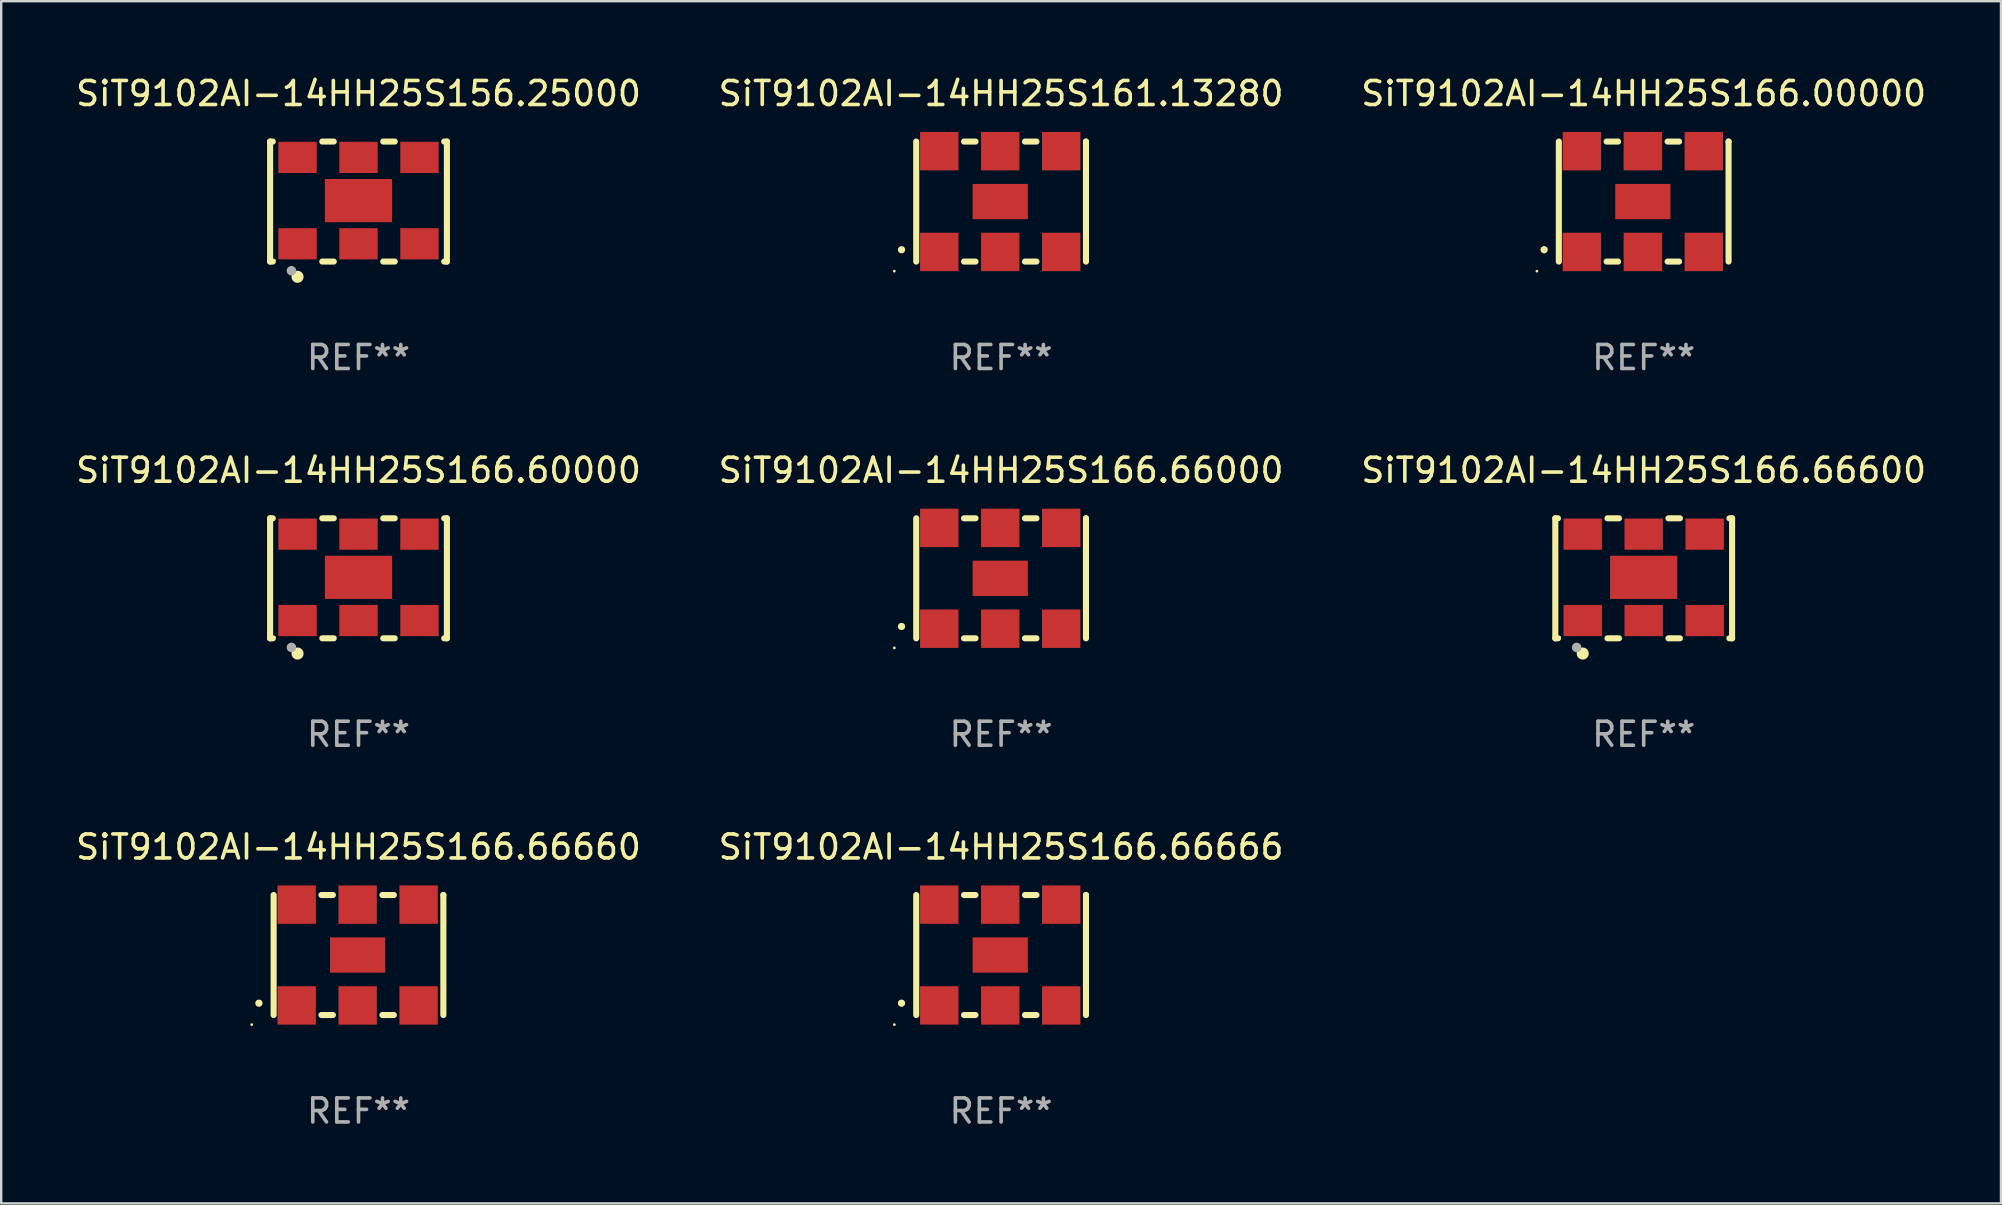
<source format=kicad_pcb>
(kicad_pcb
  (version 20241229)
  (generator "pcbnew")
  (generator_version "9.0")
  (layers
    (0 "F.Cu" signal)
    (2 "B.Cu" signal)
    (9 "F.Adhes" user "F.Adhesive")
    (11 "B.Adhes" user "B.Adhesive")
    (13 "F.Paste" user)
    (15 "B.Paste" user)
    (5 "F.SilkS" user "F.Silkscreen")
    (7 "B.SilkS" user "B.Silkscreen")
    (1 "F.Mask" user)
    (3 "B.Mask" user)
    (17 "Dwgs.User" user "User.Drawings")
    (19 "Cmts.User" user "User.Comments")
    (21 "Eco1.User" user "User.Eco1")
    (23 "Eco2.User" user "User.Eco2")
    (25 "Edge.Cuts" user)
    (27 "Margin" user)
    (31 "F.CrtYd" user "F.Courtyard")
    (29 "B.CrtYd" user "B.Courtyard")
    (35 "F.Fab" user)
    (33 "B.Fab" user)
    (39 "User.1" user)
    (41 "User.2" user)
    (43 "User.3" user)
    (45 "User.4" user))
  (footprint "SiT9102AI-14HH25S166.60000"
    (layer "F.Cu")
    (at 11.887 21.045)
    (property "Reference" "SiT9102AI-14HH25S166.60000" (at 0 -4.5 0) (layer "F.SilkS") (effects (font (size 1 1) (thickness 0.15))))
    (attr through_hole)
    (fp_line (start -3.683 -2.5) (end -3.571 -2.5) (stroke (width 0.254) (type solid)) (layer "F.SilkS"))
    (fp_line (start -3.683 2.5) (end -3.683 -2.5) (stroke (width 0.254) (type solid)) (layer "F.SilkS"))
    (fp_line (start -3.683 2.5) (end -3.571 2.5) (stroke (width 0.254) (type solid)) (layer "F.SilkS"))
    (fp_line (start -1.509 -2.5) (end -1.031 -2.5) (stroke (width 0.254) (type solid)) (layer "F.SilkS"))
    (fp_line (start -1.509 2.5) (end -1.031 2.5) (stroke (width 0.254) (type solid)) (layer "F.SilkS"))
    (fp_line (start 1.031 -2.5) (end 1.509 -2.5) (stroke (width 0.254) (type solid)) (layer "F.SilkS"))
    (fp_line (start 1.031 2.5) (end 1.509 2.5) (stroke (width 0.254) (type solid)) (layer "F.SilkS"))
    (fp_line (start 3.571 -2.5) (end 3.683 -2.5) (stroke (width 0.254) (type solid)) (layer "F.SilkS"))
    (fp_line (start 3.571 2.5) (end 3.683 2.5) (stroke (width 0.254) (type solid)) (layer "F.SilkS"))
    (fp_line (start 3.683 2.5) (end 3.683 -2.5) (stroke (width 0.254) (type solid)) (layer "F.SilkS"))
    (fp_circle (center -3.5 2.46) (end -3.47 2.46) (stroke (width 0.06) (type solid)) (fill no) (layer "F.SilkS"))
    (fp_circle (center -2.54 3.135) (end -2.413 3.135) (stroke (width 0.254) (type solid)) (fill no) (layer "F.SilkS"))
    (fp_circle (center -2.794 2.881) (end -2.694 2.881) (stroke (width 0.2) (type solid)) (fill no) (layer "F.Fab"))
    (fp_text user "REF**" (at 0 6.5 0) (layer "F.Fab") (effects (font (size 1 1) (thickness 0.15))))
    (pad "1" smd rect (at -2.54 1.76) (size 1.6 1.3) (layers "F.Cu" "F.Mask" "F.Paste"))
    (pad "2" smd rect (at 0 1.76) (size 1.6 1.3) (layers "F.Cu" "F.Mask" "F.Paste"))
    (pad "3" smd rect (at 2.54 1.76) (size 1.6 1.3) (layers "F.Cu" "F.Mask" "F.Paste"))
    (pad "4" smd rect (at 2.54 -1.84) (size 1.6 1.3) (layers "F.Cu" "F.Mask" "F.Paste"))
    (pad "5" smd rect (at 0 -1.84) (size 1.6 1.3) (layers "F.Cu" "F.Mask" "F.Paste"))
    (pad "6" smd rect (at -2.54 -1.84) (size 1.6 1.3) (layers "F.Cu" "F.Mask" "F.Paste"))
    (pad "7" smd rect (at 0 -0.04) (size 2.8 1.8) (layers "F.Cu" "F.Mask" "F.Paste")))
  (footprint "SiT9102AI-14HH25S166.66660"
    (layer "F.Cu")
    (at 11.887 36.741)
    (property "Reference" "SiT9102AI-14HH25S166.66660" (at 0 -4.5 0) (layer "F.SilkS") (effects (font (size 1 1) (thickness 0.15))))
    (attr through_hole)
    (fp_line (start -3.536 -2.5) (end -3.536 2.5) (stroke (width 0.254) (type solid)) (layer "F.SilkS"))
    (fp_line (start -1.544 2.5) (end -1.067 2.5) (stroke (width 0.254) (type solid)) (layer "F.SilkS"))
    (fp_line (start -1.067 -2.5) (end -1.544 -2.5) (stroke (width 0.254) (type solid)) (layer "F.SilkS"))
    (fp_line (start 0.996 2.5) (end 1.473 2.5) (stroke (width 0.254) (type solid)) (layer "F.SilkS"))
    (fp_line (start 1.473 -2.5) (end 0.996 -2.5) (stroke (width 0.254) (type solid)) (layer "F.SilkS"))
    (fp_line (start 3.536 -2.5) (end 3.536 -2.5) (stroke (width 0.254) (type solid)) (layer "F.SilkS"))
    (fp_line (start 3.536 2.5) (end 3.536 -2.5) (stroke (width 0.254) (type solid)) (layer "F.SilkS"))
    (fp_arc (start -4.150432 2.006604) (mid -4.149162 2.006599) (end -4.147892 2.006604) (stroke (width 0.3) (type solid)) (layer "F.SilkS"))
    (fp_circle (center -4.449 2.9) (end -4.419 2.9) (stroke (width 0.06) (type solid)) (fill no) (layer "F.SilkS"))
    (fp_text user "REF**" (at 0 6.5 0) (layer "F.Fab") (effects (font (size 1 1) (thickness 0.15))))
    (pad "1" smd rect (at -2.576 2.1) (size 1.6 1.6) (layers "F.Cu" "F.Mask" "F.Paste"))
    (pad "2" smd rect (at -0.036 2.1) (size 1.6 1.6) (layers "F.Cu" "F.Mask" "F.Paste"))
    (pad "3" smd rect (at 2.504 2.1) (size 1.6 1.6) (layers "F.Cu" "F.Mask" "F.Paste"))
    (pad "4" smd rect (at 2.504 -2.1) (size 1.6 1.6) (layers "F.Cu" "F.Mask" "F.Paste"))
    (pad "5" smd rect (at -0.036 -2.1) (size 1.6 1.6) (layers "F.Cu" "F.Mask" "F.Paste"))
    (pad "6" smd rect (at -2.576 -2.1) (size 1.6 1.6) (layers "F.Cu" "F.Mask" "F.Paste"))
    (pad "7" smd rect (at -0.036 0) (size 2.3 1.47) (layers "F.Cu" "F.Mask" "F.Paste")))
  (footprint "SiT9102AI-14HH25S156.25000"
    (layer "F.Cu")
    (at 11.887 5.348)
    (property "Reference" "SiT9102AI-14HH25S156.25000" (at 0 -4.5 0) (layer "F.SilkS") (effects (font (size 1 1) (thickness 0.15))))
    (attr through_hole)
    (fp_line (start -3.683 -2.5) (end -3.571 -2.5) (stroke (width 0.254) (type solid)) (layer "F.SilkS"))
    (fp_line (start -3.683 2.5) (end -3.683 -2.5) (stroke (width 0.254) (type solid)) (layer "F.SilkS"))
    (fp_line (start -3.683 2.5) (end -3.571 2.5) (stroke (width 0.254) (type solid)) (layer "F.SilkS"))
    (fp_line (start -1.509 -2.5) (end -1.031 -2.5) (stroke (width 0.254) (type solid)) (layer "F.SilkS"))
    (fp_line (start -1.509 2.5) (end -1.031 2.5) (stroke (width 0.254) (type solid)) (layer "F.SilkS"))
    (fp_line (start 1.031 -2.5) (end 1.509 -2.5) (stroke (width 0.254) (type solid)) (layer "F.SilkS"))
    (fp_line (start 1.031 2.5) (end 1.509 2.5) (stroke (width 0.254) (type solid)) (layer "F.SilkS"))
    (fp_line (start 3.571 -2.5) (end 3.683 -2.5) (stroke (width 0.254) (type solid)) (layer "F.SilkS"))
    (fp_line (start 3.571 2.5) (end 3.683 2.5) (stroke (width 0.254) (type solid)) (layer "F.SilkS"))
    (fp_line (start 3.683 2.5) (end 3.683 -2.5) (stroke (width 0.254) (type solid)) (layer "F.SilkS"))
    (fp_circle (center -3.5 2.46) (end -3.47 2.46) (stroke (width 0.06) (type solid)) (fill no) (layer "F.SilkS"))
    (fp_circle (center -2.54 3.135) (end -2.413 3.135) (stroke (width 0.254) (type solid)) (fill no) (layer "F.SilkS"))
    (fp_circle (center -2.794 2.881) (end -2.694 2.881) (stroke (width 0.2) (type solid)) (fill no) (layer "F.Fab"))
    (fp_text user "REF**" (at 0 6.5 0) (layer "F.Fab") (effects (font (size 1 1) (thickness 0.15))))
    (pad "1" smd rect (at -2.54 1.76) (size 1.6 1.3) (layers "F.Cu" "F.Mask" "F.Paste"))
    (pad "2" smd rect (at 0 1.76) (size 1.6 1.3) (layers "F.Cu" "F.Mask" "F.Paste"))
    (pad "3" smd rect (at 2.54 1.76) (size 1.6 1.3) (layers "F.Cu" "F.Mask" "F.Paste"))
    (pad "4" smd rect (at 2.54 -1.84) (size 1.6 1.3) (layers "F.Cu" "F.Mask" "F.Paste"))
    (pad "5" smd rect (at 0 -1.84) (size 1.6 1.3) (layers "F.Cu" "F.Mask" "F.Paste"))
    (pad "6" smd rect (at -2.54 -1.84) (size 1.6 1.3) (layers "F.Cu" "F.Mask" "F.Paste"))
    (pad "7" smd rect (at 0 -0.04) (size 2.8 1.8) (layers "F.Cu" "F.Mask" "F.Paste")))
  (footprint "SiT9102AI-14HH25S161.13280"
    (layer "F.Cu")
    (at 38.661 5.348)
    (property "Reference" "SiT9102AI-14HH25S161.13280" (at 0 -4.5 0) (layer "F.SilkS") (effects (font (size 1 1) (thickness 0.15))))
    (attr through_hole)
    (fp_line (start -3.536 -2.5) (end -3.536 2.5) (stroke (width 0.254) (type solid)) (layer "F.SilkS"))
    (fp_line (start -1.544 2.5) (end -1.067 2.5) (stroke (width 0.254) (type solid)) (layer "F.SilkS"))
    (fp_line (start -1.067 -2.5) (end -1.544 -2.5) (stroke (width 0.254) (type solid)) (layer "F.SilkS"))
    (fp_line (start 0.996 2.5) (end 1.473 2.5) (stroke (width 0.254) (type solid)) (layer "F.SilkS"))
    (fp_line (start 1.473 -2.5) (end 0.996 -2.5) (stroke (width 0.254) (type solid)) (layer "F.SilkS"))
    (fp_line (start 3.536 -2.5) (end 3.536 -2.5) (stroke (width 0.254) (type solid)) (layer "F.SilkS"))
    (fp_line (start 3.536 2.5) (end 3.536 -2.5) (stroke (width 0.254) (type solid)) (layer "F.SilkS"))
    (fp_arc (start -4.150432 2.006604) (mid -4.149162 2.006599) (end -4.147892 2.006604) (stroke (width 0.3) (type solid)) (layer "F.SilkS"))
    (fp_circle (center -4.449 2.9) (end -4.419 2.9) (stroke (width 0.06) (type solid)) (fill no) (layer "F.SilkS"))
    (fp_text user "REF**" (at 0 6.5 0) (layer "F.Fab") (effects (font (size 1 1) (thickness 0.15))))
    (pad "1" smd rect (at -2.576 2.1) (size 1.6 1.6) (layers "F.Cu" "F.Mask" "F.Paste"))
    (pad "2" smd rect (at -0.036 2.1) (size 1.6 1.6) (layers "F.Cu" "F.Mask" "F.Paste"))
    (pad "3" smd rect (at 2.504 2.1) (size 1.6 1.6) (layers "F.Cu" "F.Mask" "F.Paste"))
    (pad "4" smd rect (at 2.504 -2.1) (size 1.6 1.6) (layers "F.Cu" "F.Mask" "F.Paste"))
    (pad "5" smd rect (at -0.036 -2.1) (size 1.6 1.6) (layers "F.Cu" "F.Mask" "F.Paste"))
    (pad "6" smd rect (at -2.576 -2.1) (size 1.6 1.6) (layers "F.Cu" "F.Mask" "F.Paste"))
    (pad "7" smd rect (at -0.036 0) (size 2.3 1.47) (layers "F.Cu" "F.Mask" "F.Paste")))
  (footprint "SiT9102AI-14HH25S166.66600"
    (layer "F.Cu")
    (at 65.435 21.045)
    (property "Reference" "SiT9102AI-14HH25S166.66600" (at 0 -4.5 0) (layer "F.SilkS") (effects (font (size 1 1) (thickness 0.15))))
    (attr through_hole)
    (fp_line (start -3.683 -2.5) (end -3.571 -2.5) (stroke (width 0.254) (type solid)) (layer "F.SilkS"))
    (fp_line (start -3.683 2.5) (end -3.683 -2.5) (stroke (width 0.254) (type solid)) (layer "F.SilkS"))
    (fp_line (start -3.683 2.5) (end -3.571 2.5) (stroke (width 0.254) (type solid)) (layer "F.SilkS"))
    (fp_line (start -1.509 -2.5) (end -1.031 -2.5) (stroke (width 0.254) (type solid)) (layer "F.SilkS"))
    (fp_line (start -1.509 2.5) (end -1.031 2.5) (stroke (width 0.254) (type solid)) (layer "F.SilkS"))
    (fp_line (start 1.031 -2.5) (end 1.509 -2.5) (stroke (width 0.254) (type solid)) (layer "F.SilkS"))
    (fp_line (start 1.031 2.5) (end 1.509 2.5) (stroke (width 0.254) (type solid)) (layer "F.SilkS"))
    (fp_line (start 3.571 -2.5) (end 3.683 -2.5) (stroke (width 0.254) (type solid)) (layer "F.SilkS"))
    (fp_line (start 3.571 2.5) (end 3.683 2.5) (stroke (width 0.254) (type solid)) (layer "F.SilkS"))
    (fp_line (start 3.683 2.5) (end 3.683 -2.5) (stroke (width 0.254) (type solid)) (layer "F.SilkS"))
    (fp_circle (center -3.5 2.46) (end -3.47 2.46) (stroke (width 0.06) (type solid)) (fill no) (layer "F.SilkS"))
    (fp_circle (center -2.54 3.135) (end -2.413 3.135) (stroke (width 0.254) (type solid)) (fill no) (layer "F.SilkS"))
    (fp_circle (center -2.794 2.881) (end -2.694 2.881) (stroke (width 0.2) (type solid)) (fill no) (layer "F.Fab"))
    (fp_text user "REF**" (at 0 6.5 0) (layer "F.Fab") (effects (font (size 1 1) (thickness 0.15))))
    (pad "1" smd rect (at -2.54 1.76) (size 1.6 1.3) (layers "F.Cu" "F.Mask" "F.Paste"))
    (pad "2" smd rect (at 0 1.76) (size 1.6 1.3) (layers "F.Cu" "F.Mask" "F.Paste"))
    (pad "3" smd rect (at 2.54 1.76) (size 1.6 1.3) (layers "F.Cu" "F.Mask" "F.Paste"))
    (pad "4" smd rect (at 2.54 -1.84) (size 1.6 1.3) (layers "F.Cu" "F.Mask" "F.Paste"))
    (pad "5" smd rect (at 0 -1.84) (size 1.6 1.3) (layers "F.Cu" "F.Mask" "F.Paste"))
    (pad "6" smd rect (at -2.54 -1.84) (size 1.6 1.3) (layers "F.Cu" "F.Mask" "F.Paste"))
    (pad "7" smd rect (at 0 -0.04) (size 2.8 1.8) (layers "F.Cu" "F.Mask" "F.Paste")))
  (footprint "SiT9102AI-14HH25S166.66000"
    (layer "F.Cu")
    (at 38.661 21.045)
    (property "Reference" "SiT9102AI-14HH25S166.66000" (at 0 -4.5 0) (layer "F.SilkS") (effects (font (size 1 1) (thickness 0.15))))
    (attr through_hole)
    (fp_line (start -3.536 -2.5) (end -3.536 2.5) (stroke (width 0.254) (type solid)) (layer "F.SilkS"))
    (fp_line (start -1.544 2.5) (end -1.067 2.5) (stroke (width 0.254) (type solid)) (layer "F.SilkS"))
    (fp_line (start -1.067 -2.5) (end -1.544 -2.5) (stroke (width 0.254) (type solid)) (layer "F.SilkS"))
    (fp_line (start 0.996 2.5) (end 1.473 2.5) (stroke (width 0.254) (type solid)) (layer "F.SilkS"))
    (fp_line (start 1.473 -2.5) (end 0.996 -2.5) (stroke (width 0.254) (type solid)) (layer "F.SilkS"))
    (fp_line (start 3.536 -2.5) (end 3.536 -2.5) (stroke (width 0.254) (type solid)) (layer "F.SilkS"))
    (fp_line (start 3.536 2.5) (end 3.536 -2.5) (stroke (width 0.254) (type solid)) (layer "F.SilkS"))
    (fp_arc (start -4.150432 2.006604) (mid -4.149162 2.006599) (end -4.147892 2.006604) (stroke (width 0.3) (type solid)) (layer "F.SilkS"))
    (fp_circle (center -4.449 2.9) (end -4.419 2.9) (stroke (width 0.06) (type solid)) (fill no) (layer "F.SilkS"))
    (fp_text user "REF**" (at 0 6.5 0) (layer "F.Fab") (effects (font (size 1 1) (thickness 0.15))))
    (pad "1" smd rect (at -2.576 2.1) (size 1.6 1.6) (layers "F.Cu" "F.Mask" "F.Paste"))
    (pad "2" smd rect (at -0.036 2.1) (size 1.6 1.6) (layers "F.Cu" "F.Mask" "F.Paste"))
    (pad "3" smd rect (at 2.504 2.1) (size 1.6 1.6) (layers "F.Cu" "F.Mask" "F.Paste"))
    (pad "4" smd rect (at 2.504 -2.1) (size 1.6 1.6) (layers "F.Cu" "F.Mask" "F.Paste"))
    (pad "5" smd rect (at -0.036 -2.1) (size 1.6 1.6) (layers "F.Cu" "F.Mask" "F.Paste"))
    (pad "6" smd rect (at -2.576 -2.1) (size 1.6 1.6) (layers "F.Cu" "F.Mask" "F.Paste"))
    (pad "7" smd rect (at -0.036 0) (size 2.3 1.47) (layers "F.Cu" "F.Mask" "F.Paste")))
  (footprint "SiT9102AI-14HH25S166.66666"
    (layer "F.Cu")
    (at 38.661 36.741)
    (property "Reference" "SiT9102AI-14HH25S166.66666" (at 0 -4.5 0) (layer "F.SilkS") (effects (font (size 1 1) (thickness 0.15))))
    (attr through_hole)
    (fp_line (start -3.536 -2.5) (end -3.536 2.5) (stroke (width 0.254) (type solid)) (layer "F.SilkS"))
    (fp_line (start -1.544 2.5) (end -1.067 2.5) (stroke (width 0.254) (type solid)) (layer "F.SilkS"))
    (fp_line (start -1.067 -2.5) (end -1.544 -2.5) (stroke (width 0.254) (type solid)) (layer "F.SilkS"))
    (fp_line (start 0.996 2.5) (end 1.473 2.5) (stroke (width 0.254) (type solid)) (layer "F.SilkS"))
    (fp_line (start 1.473 -2.5) (end 0.996 -2.5) (stroke (width 0.254) (type solid)) (layer "F.SilkS"))
    (fp_line (start 3.536 -2.5) (end 3.536 -2.5) (stroke (width 0.254) (type solid)) (layer "F.SilkS"))
    (fp_line (start 3.536 2.5) (end 3.536 -2.5) (stroke (width 0.254) (type solid)) (layer "F.SilkS"))
    (fp_arc (start -4.150432 2.006604) (mid -4.149162 2.006599) (end -4.147892 2.006604) (stroke (width 0.3) (type solid)) (layer "F.SilkS"))
    (fp_circle (center -4.449 2.9) (end -4.419 2.9) (stroke (width 0.06) (type solid)) (fill no) (layer "F.SilkS"))
    (fp_text user "REF**" (at 0 6.5 0) (layer "F.Fab") (effects (font (size 1 1) (thickness 0.15))))
    (pad "1" smd rect (at -2.576 2.1) (size 1.6 1.6) (layers "F.Cu" "F.Mask" "F.Paste"))
    (pad "2" smd rect (at -0.036 2.1) (size 1.6 1.6) (layers "F.Cu" "F.Mask" "F.Paste"))
    (pad "3" smd rect (at 2.504 2.1) (size 1.6 1.6) (layers "F.Cu" "F.Mask" "F.Paste"))
    (pad "4" smd rect (at 2.504 -2.1) (size 1.6 1.6) (layers "F.Cu" "F.Mask" "F.Paste"))
    (pad "5" smd rect (at -0.036 -2.1) (size 1.6 1.6) (layers "F.Cu" "F.Mask" "F.Paste"))
    (pad "6" smd rect (at -2.576 -2.1) (size 1.6 1.6) (layers "F.Cu" "F.Mask" "F.Paste"))
    (pad "7" smd rect (at -0.036 0) (size 2.3 1.47) (layers "F.Cu" "F.Mask" "F.Paste")))
  (footprint "SiT9102AI-14HH25S166.00000"
    (layer "F.Cu")
    (at 65.435 5.348)
    (property "Reference" "SiT9102AI-14HH25S166.00000" (at 0 -4.5 0) (layer "F.SilkS") (effects (font (size 1 1) (thickness 0.15))))
    (attr through_hole)
    (fp_line (start -3.536 -2.5) (end -3.536 2.5) (stroke (width 0.254) (type solid)) (layer "F.SilkS"))
    (fp_line (start -1.544 2.5) (end -1.067 2.5) (stroke (width 0.254) (type solid)) (layer "F.SilkS"))
    (fp_line (start -1.067 -2.5) (end -1.544 -2.5) (stroke (width 0.254) (type solid)) (layer "F.SilkS"))
    (fp_line (start 0.996 2.5) (end 1.473 2.5) (stroke (width 0.254) (type solid)) (layer "F.SilkS"))
    (fp_line (start 1.473 -2.5) (end 0.996 -2.5) (stroke (width 0.254) (type solid)) (layer "F.SilkS"))
    (fp_line (start 3.536 -2.5) (end 3.536 -2.5) (stroke (width 0.254) (type solid)) (layer "F.SilkS"))
    (fp_line (start 3.536 2.5) (end 3.536 -2.5) (stroke (width 0.254) (type solid)) (layer "F.SilkS"))
    (fp_arc (start -4.150432 2.006604) (mid -4.149162 2.006599) (end -4.147892 2.006604) (stroke (width 0.3) (type solid)) (layer "F.SilkS"))
    (fp_circle (center -4.449 2.9) (end -4.419 2.9) (stroke (width 0.06) (type solid)) (fill no) (layer "F.SilkS"))
    (fp_text user "REF**" (at 0 6.5 0) (layer "F.Fab") (effects (font (size 1 1) (thickness 0.15))))
    (pad "1" smd rect (at -2.576 2.1) (size 1.6 1.6) (layers "F.Cu" "F.Mask" "F.Paste"))
    (pad "2" smd rect (at -0.036 2.1) (size 1.6 1.6) (layers "F.Cu" "F.Mask" "F.Paste"))
    (pad "3" smd rect (at 2.504 2.1) (size 1.6 1.6) (layers "F.Cu" "F.Mask" "F.Paste"))
    (pad "4" smd rect (at 2.504 -2.1) (size 1.6 1.6) (layers "F.Cu" "F.Mask" "F.Paste"))
    (pad "5" smd rect (at -0.036 -2.1) (size 1.6 1.6) (layers "F.Cu" "F.Mask" "F.Paste"))
    (pad "6" smd rect (at -2.576 -2.1) (size 1.6 1.6) (layers "F.Cu" "F.Mask" "F.Paste"))
    (pad "7" smd rect (at -0.036 0) (size 2.3 1.47) (layers "F.Cu" "F.Mask" "F.Paste")))
  (gr_rect
    (start -3 -3)
    (end 80.321 47.09)
    (stroke (width 0.1) (type default))
    (fill no)
    (layer "Edge.Cuts")))
</source>
